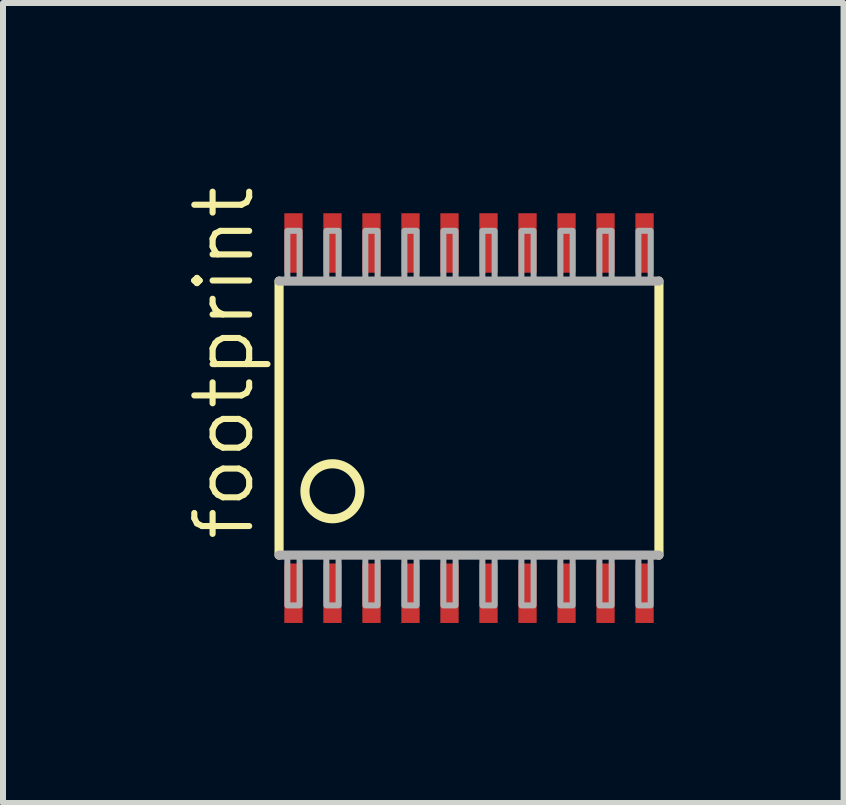
<source format=kicad_pcb>
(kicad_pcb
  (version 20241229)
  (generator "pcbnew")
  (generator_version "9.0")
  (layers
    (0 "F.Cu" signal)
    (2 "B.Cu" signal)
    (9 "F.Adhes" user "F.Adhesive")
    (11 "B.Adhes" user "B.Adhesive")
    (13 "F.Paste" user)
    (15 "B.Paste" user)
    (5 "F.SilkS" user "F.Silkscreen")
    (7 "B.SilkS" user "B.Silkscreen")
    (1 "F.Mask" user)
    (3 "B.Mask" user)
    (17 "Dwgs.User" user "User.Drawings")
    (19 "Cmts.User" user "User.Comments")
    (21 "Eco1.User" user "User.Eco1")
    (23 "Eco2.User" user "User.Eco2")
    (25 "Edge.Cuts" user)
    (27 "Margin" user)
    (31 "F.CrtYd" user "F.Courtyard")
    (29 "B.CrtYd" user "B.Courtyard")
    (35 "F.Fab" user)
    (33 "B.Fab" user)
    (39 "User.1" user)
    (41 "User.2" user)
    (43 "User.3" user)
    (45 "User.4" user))
  (footprint "footprint"
    (layer "F.Cu")
    (at 4.765 3.917)
    (property "Reference" "footprint" (at -3.546 2.083 90) (layer "F.SilkS") (effects (font (size 0.914 0.914) (thickness 0.102)) (justify left bottom)))
    (fp_line (start -3.165 2.283) (end -3.165 -2.283) (stroke (width 0.152) (type solid)) (layer "F.SilkS"))
    (fp_line (start 3.165 -2.283) (end 3.165 2.283) (stroke (width 0.152) (type solid)) (layer "F.SilkS"))
    (fp_circle (center -2.276 1.219) (end -1.818 1.219) (stroke (width 0.152) (type solid)) (fill no) (layer "F.SilkS"))
    (fp_line (start -3.165 2.283) (end 3.165 2.283) (stroke (width 0.152) (type solid)) (layer "F.Fab"))
    (fp_line (start 3.165 -2.283) (end -3.165 -2.283) (stroke (width 0.152) (type solid)) (layer "F.Fab"))
    (fp_poly (pts (xy -3.027 -2.283) (xy -2.823 -2.283) (xy -2.823 -3.121) (xy -3.027 -3.121)) (stroke (width 0.1) (type solid)) (fill no) (layer "F.Fab"))
    (fp_poly (pts (xy -3.027 3.121) (xy -2.823 3.121) (xy -2.823 2.283) (xy -3.027 2.283)) (stroke (width 0.1) (type solid)) (fill no) (layer "F.Fab"))
    (fp_poly (pts (xy -2.377 -2.283) (xy -2.173 -2.283) (xy -2.173 -3.121) (xy -2.377 -3.121)) (stroke (width 0.1) (type solid)) (fill no) (layer "F.Fab"))
    (fp_poly (pts (xy -2.377 3.121) (xy -2.173 3.121) (xy -2.173 2.283) (xy -2.377 2.283)) (stroke (width 0.1) (type solid)) (fill no) (layer "F.Fab"))
    (fp_poly (pts (xy -1.727 -2.283) (xy -1.523 -2.283) (xy -1.523 -3.121) (xy -1.727 -3.121)) (stroke (width 0.1) (type solid)) (fill no) (layer "F.Fab"))
    (fp_poly (pts (xy -1.727 3.121) (xy -1.523 3.121) (xy -1.523 2.283) (xy -1.727 2.283)) (stroke (width 0.1) (type solid)) (fill no) (layer "F.Fab"))
    (fp_poly (pts (xy -1.077 -2.283) (xy -0.873 -2.283) (xy -0.873 -3.121) (xy -1.077 -3.121)) (stroke (width 0.1) (type solid)) (fill no) (layer "F.Fab"))
    (fp_poly (pts (xy -1.077 3.121) (xy -0.873 3.121) (xy -0.873 2.283) (xy -1.077 2.283)) (stroke (width 0.1) (type solid)) (fill no) (layer "F.Fab"))
    (fp_poly (pts (xy -0.427 -2.283) (xy -0.223 -2.283) (xy -0.223 -3.121) (xy -0.427 -3.121)) (stroke (width 0.1) (type solid)) (fill no) (layer "F.Fab"))
    (fp_poly (pts (xy -0.427 3.121) (xy -0.223 3.121) (xy -0.223 2.283) (xy -0.427 2.283)) (stroke (width 0.1) (type solid)) (fill no) (layer "F.Fab"))
    (fp_poly (pts (xy 0.223 -2.283) (xy 0.427 -2.283) (xy 0.427 -3.121) (xy 0.223 -3.121)) (stroke (width 0.1) (type solid)) (fill no) (layer "F.Fab"))
    (fp_poly (pts (xy 0.223 3.121) (xy 0.427 3.121) (xy 0.427 2.283) (xy 0.223 2.283)) (stroke (width 0.1) (type solid)) (fill no) (layer "F.Fab"))
    (fp_poly (pts (xy 0.873 -2.283) (xy 1.077 -2.283) (xy 1.077 -3.121) (xy 0.873 -3.121)) (stroke (width 0.1) (type solid)) (fill no) (layer "F.Fab"))
    (fp_poly (pts (xy 0.873 3.121) (xy 1.077 3.121) (xy 1.077 2.283) (xy 0.873 2.283)) (stroke (width 0.1) (type solid)) (fill no) (layer "F.Fab"))
    (fp_poly (pts (xy 1.523 -2.283) (xy 1.727 -2.283) (xy 1.727 -3.121) (xy 1.523 -3.121)) (stroke (width 0.1) (type solid)) (fill no) (layer "F.Fab"))
    (fp_poly (pts (xy 1.523 3.121) (xy 1.727 3.121) (xy 1.727 2.283) (xy 1.523 2.283)) (stroke (width 0.1) (type solid)) (fill no) (layer "F.Fab"))
    (fp_poly (pts (xy 2.173 -2.283) (xy 2.377 -2.283) (xy 2.377 -3.121) (xy 2.173 -3.121)) (stroke (width 0.1) (type solid)) (fill no) (layer "F.Fab"))
    (fp_poly (pts (xy 2.173 3.121) (xy 2.377 3.121) (xy 2.377 2.283) (xy 2.173 2.283)) (stroke (width 0.1) (type solid)) (fill no) (layer "F.Fab"))
    (fp_poly (pts (xy 2.823 -2.283) (xy 3.027 -2.283) (xy 3.027 -3.121) (xy 2.823 -3.121)) (stroke (width 0.1) (type solid)) (fill no) (layer "F.Fab"))
    (fp_poly (pts (xy 2.823 3.121) (xy 3.027 3.121) (xy 3.027 2.283) (xy 2.823 2.283)) (stroke (width 0.1) (type solid)) (fill no) (layer "F.Fab"))
    (pad "1" smd rect (at -2.925 2.918) (size 0.305 0.991) (layers "F.Cu" "F.Mask" "F.Paste"))
    (pad "2" smd rect (at -2.275 2.918) (size 0.305 0.991) (layers "F.Cu" "F.Mask" "F.Paste"))
    (pad "3" smd rect (at -1.625 2.918) (size 0.305 0.991) (layers "F.Cu" "F.Mask" "F.Paste"))
    (pad "4" smd rect (at -0.975 2.918) (size 0.305 0.991) (layers "F.Cu" "F.Mask" "F.Paste"))
    (pad "5" smd rect (at -0.325 2.918) (size 0.305 0.991) (layers "F.Cu" "F.Mask" "F.Paste"))
    (pad "6" smd rect (at 0.325 2.918) (size 0.305 0.991) (layers "F.Cu" "F.Mask" "F.Paste"))
    (pad "7" smd rect (at 0.975 2.918) (size 0.305 0.991) (layers "F.Cu" "F.Mask" "F.Paste"))
    (pad "8" smd rect (at 1.625 2.918) (size 0.305 0.991) (layers "F.Cu" "F.Mask" "F.Paste"))
    (pad "9" smd rect (at 2.275 2.918) (size 0.305 0.991) (layers "F.Cu" "F.Mask" "F.Paste"))
    (pad "10" smd rect (at 2.925 2.918) (size 0.305 0.991) (layers "F.Cu" "F.Mask" "F.Paste"))
    (pad "11" smd rect (at 2.925 -2.918) (size 0.305 0.991) (layers "F.Cu" "F.Mask" "F.Paste"))
    (pad "12" smd rect (at 2.275 -2.918) (size 0.305 0.991) (layers "F.Cu" "F.Mask" "F.Paste"))
    (pad "13" smd rect (at 1.625 -2.918) (size 0.305 0.991) (layers "F.Cu" "F.Mask" "F.Paste"))
    (pad "14" smd rect (at 0.975 -2.918) (size 0.305 0.991) (layers "F.Cu" "F.Mask" "F.Paste"))
    (pad "15" smd rect (at 0.325 -2.918) (size 0.305 0.991) (layers "F.Cu" "F.Mask" "F.Paste"))
    (pad "16" smd rect (at -0.325 -2.918) (size 0.305 0.991) (layers "F.Cu" "F.Mask" "F.Paste"))
    (pad "17" smd rect (at -0.975 -2.918) (size 0.305 0.991) (layers "F.Cu" "F.Mask" "F.Paste"))
    (pad "18" smd rect (at -1.625 -2.918) (size 0.305 0.991) (layers "F.Cu" "F.Mask" "F.Paste"))
    (pad "19" smd rect (at -2.275 -2.918) (size 0.305 0.991) (layers "F.Cu" "F.Mask" "F.Paste"))
    (pad "20" smd rect (at -2.925 -2.918) (size 0.305 0.991) (layers "F.Cu" "F.Mask" "F.Paste")))
  (gr_rect
    (start -3 -3)
    (end 11.006 10.331)
    (stroke (width 0.1) (type default))
    (fill no)
    (layer "Edge.Cuts")))
</source>
